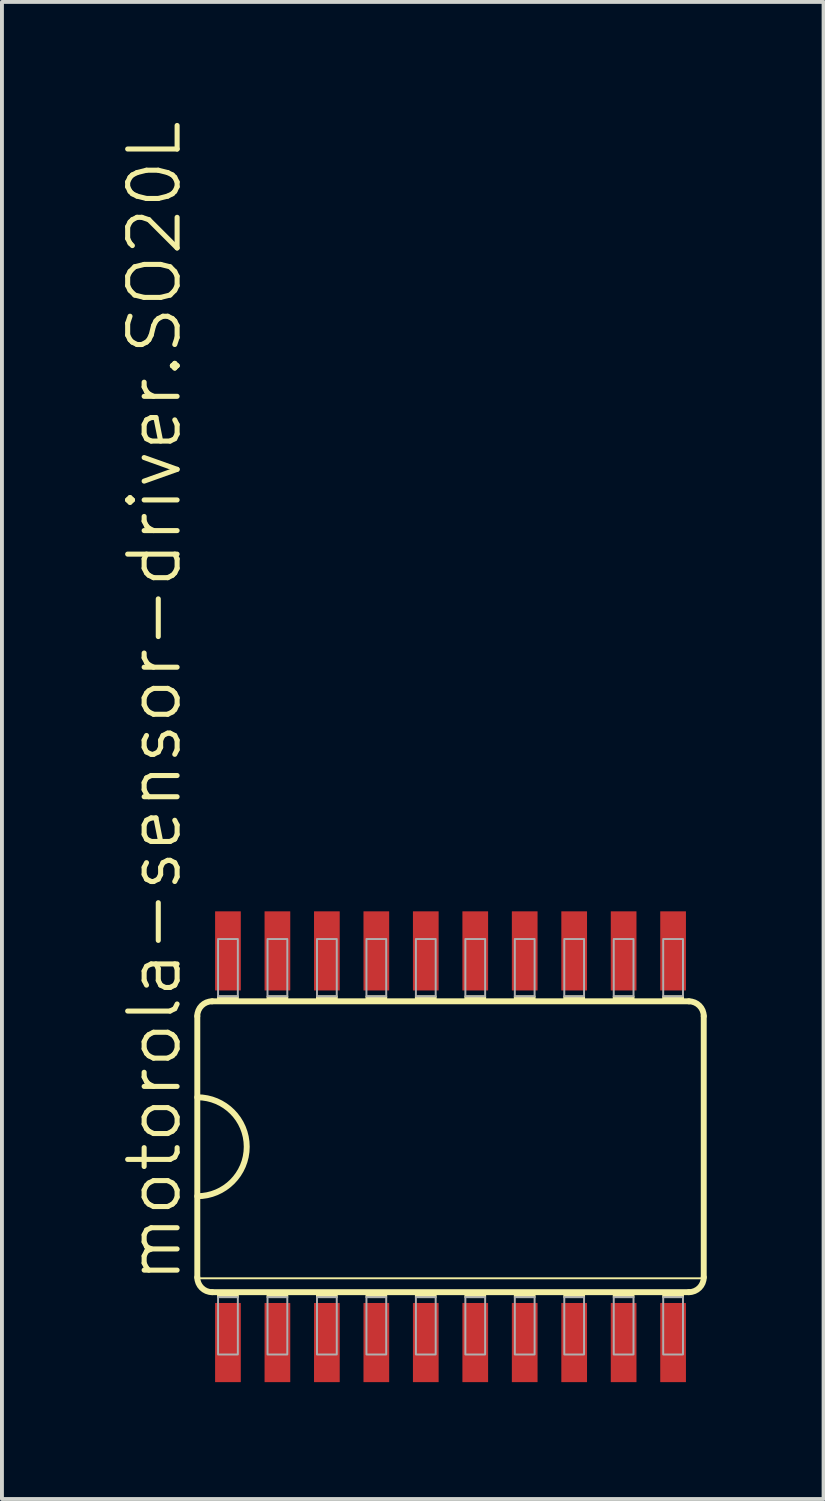
<source format=kicad_pcb>
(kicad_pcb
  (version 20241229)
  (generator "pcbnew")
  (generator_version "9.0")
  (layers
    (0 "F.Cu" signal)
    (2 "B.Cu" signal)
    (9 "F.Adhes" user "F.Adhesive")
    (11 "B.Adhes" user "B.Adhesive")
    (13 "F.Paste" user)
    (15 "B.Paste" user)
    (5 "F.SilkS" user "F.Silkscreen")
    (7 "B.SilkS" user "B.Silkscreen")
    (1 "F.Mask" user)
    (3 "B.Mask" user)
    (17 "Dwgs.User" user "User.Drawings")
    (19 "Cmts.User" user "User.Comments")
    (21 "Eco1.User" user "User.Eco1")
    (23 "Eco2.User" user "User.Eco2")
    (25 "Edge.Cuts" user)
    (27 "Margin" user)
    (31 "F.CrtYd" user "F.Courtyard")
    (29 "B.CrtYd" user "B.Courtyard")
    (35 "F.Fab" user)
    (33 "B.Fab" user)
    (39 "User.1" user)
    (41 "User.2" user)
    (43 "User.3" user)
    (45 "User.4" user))
  (footprint "motorola-sensor-driver.SO20L"
    (layer "F.Cu")
    (at 8.518 26.395)
    (property "Reference" "motorola-sensor-driver.SO20L" (at -6.858 3.556 90) (layer "F.SilkS") (effects (font (size 1.27 1.27) (thickness 0.13)) (justify left bottom)))
    (attr smd)
    (fp_line (start -6.502 -3.353) (end -6.502 3.353) (stroke (width 0.152) (type default)) (layer "F.SilkS"))
    (fp_line (start -6.477 3.378) (end 6.477 3.378) (stroke (width 0.051) (type default)) (layer "F.SilkS"))
    (fp_line (start -6.121 3.734) (end 6.121 3.734) (stroke (width 0.152) (type default)) (layer "F.SilkS"))
    (fp_line (start 6.121 -3.734) (end -6.121 -3.734) (stroke (width 0.152) (type default)) (layer "F.SilkS"))
    (fp_line (start 6.502 3.353) (end 6.502 -3.353) (stroke (width 0.152) (type default)) (layer "F.SilkS"))
    (fp_rect (start -5.969 -3.734) (end -5.461 -3.861) (stroke (width 0.05) (type default)) (fill yes) (layer "F.SilkS"))
    (fp_rect (start -5.969 3.861) (end -5.461 3.734) (stroke (width 0.05) (type default)) (fill yes) (layer "F.SilkS"))
    (fp_rect (start -4.699 -3.734) (end -4.191 -3.861) (stroke (width 0.05) (type default)) (fill yes) (layer "F.SilkS"))
    (fp_rect (start -4.699 3.861) (end -4.191 3.734) (stroke (width 0.05) (type default)) (fill yes) (layer "F.SilkS"))
    (fp_rect (start -3.429 -3.734) (end -2.921 -3.861) (stroke (width 0.05) (type default)) (fill yes) (layer "F.SilkS"))
    (fp_rect (start -3.429 3.861) (end -2.921 3.734) (stroke (width 0.05) (type default)) (fill yes) (layer "F.SilkS"))
    (fp_rect (start -2.159 -3.734) (end -1.651 -3.861) (stroke (width 0.05) (type default)) (fill yes) (layer "F.SilkS"))
    (fp_rect (start -2.159 3.861) (end -1.651 3.734) (stroke (width 0.05) (type default)) (fill yes) (layer "F.SilkS"))
    (fp_rect (start -0.889 -3.734) (end -0.381 -3.861) (stroke (width 0.05) (type default)) (fill yes) (layer "F.SilkS"))
    (fp_rect (start -0.889 3.861) (end -0.381 3.734) (stroke (width 0.05) (type default)) (fill yes) (layer "F.SilkS"))
    (fp_rect (start 0.381 -3.734) (end 0.889 -3.861) (stroke (width 0.05) (type default)) (fill yes) (layer "F.SilkS"))
    (fp_rect (start 0.381 3.861) (end 0.889 3.734) (stroke (width 0.05) (type default)) (fill yes) (layer "F.SilkS"))
    (fp_rect (start 1.651 -3.734) (end 2.159 -3.861) (stroke (width 0.05) (type default)) (fill yes) (layer "F.SilkS"))
    (fp_rect (start 1.651 3.861) (end 2.159 3.734) (stroke (width 0.05) (type default)) (fill yes) (layer "F.SilkS"))
    (fp_rect (start 2.921 -3.734) (end 3.429 -3.861) (stroke (width 0.05) (type default)) (fill yes) (layer "F.SilkS"))
    (fp_rect (start 2.921 3.861) (end 3.429 3.734) (stroke (width 0.05) (type default)) (fill yes) (layer "F.SilkS"))
    (fp_rect (start 4.191 -3.734) (end 4.699 -3.861) (stroke (width 0.05) (type default)) (fill yes) (layer "F.SilkS"))
    (fp_rect (start 4.191 3.861) (end 4.699 3.734) (stroke (width 0.05) (type default)) (fill yes) (layer "F.SilkS"))
    (fp_rect (start 5.461 -3.734) (end 5.969 -3.861) (stroke (width 0.05) (type default)) (fill yes) (layer "F.SilkS"))
    (fp_rect (start 5.461 3.861) (end 5.969 3.734) (stroke (width 0.05) (type default)) (fill yes) (layer "F.SilkS"))
    (fp_arc (start -6.5024 -3.3528) (mid -6.390808 -3.622208) (end -6.1214 -3.7338) (stroke (width 0.1524) (type default)) (layer "F.SilkS"))
    (fp_arc (start -6.5024 -1.27) (mid -5.2324 0) (end -6.5024 1.27) (stroke (width 0.1524) (type default)) (layer "F.SilkS"))
    (fp_arc (start -6.1214 3.7338) (mid -6.390808 3.622208) (end -6.5024 3.3528) (stroke (width 0.1524) (type default)) (layer "F.SilkS"))
    (fp_arc (start 6.1214 -3.7338) (mid 6.390808 -3.622208) (end 6.5024 -3.3528) (stroke (width 0.1524) (type default)) (layer "F.SilkS"))
    (fp_arc (start 6.5024 3.3528) (mid 6.390808 3.622208) (end 6.1214 3.7338) (stroke (width 0.1524) (type default)) (layer "F.SilkS"))
    (fp_rect (start -5.969 -3.861) (end -5.461 -5.334) (stroke (width 0.05) (type default)) (fill no) (layer "F.Fab"))
    (fp_rect (start -5.969 5.334) (end -5.461 3.861) (stroke (width 0.05) (type default)) (fill no) (layer "F.Fab"))
    (fp_rect (start -4.699 -3.861) (end -4.191 -5.334) (stroke (width 0.05) (type default)) (fill no) (layer "F.Fab"))
    (fp_rect (start -4.699 5.334) (end -4.191 3.861) (stroke (width 0.05) (type default)) (fill no) (layer "F.Fab"))
    (fp_rect (start -3.429 -3.861) (end -2.921 -5.334) (stroke (width 0.05) (type default)) (fill no) (layer "F.Fab"))
    (fp_rect (start -3.429 5.334) (end -2.921 3.861) (stroke (width 0.05) (type default)) (fill no) (layer "F.Fab"))
    (fp_rect (start -2.159 -3.861) (end -1.651 -5.334) (stroke (width 0.05) (type default)) (fill no) (layer "F.Fab"))
    (fp_rect (start -2.159 5.334) (end -1.651 3.861) (stroke (width 0.05) (type default)) (fill no) (layer "F.Fab"))
    (fp_rect (start -0.889 -3.861) (end -0.381 -5.334) (stroke (width 0.05) (type default)) (fill no) (layer "F.Fab"))
    (fp_rect (start -0.889 5.334) (end -0.381 3.861) (stroke (width 0.05) (type default)) (fill no) (layer "F.Fab"))
    (fp_rect (start 0.381 -3.861) (end 0.889 -5.334) (stroke (width 0.05) (type default)) (fill no) (layer "F.Fab"))
    (fp_rect (start 0.381 5.334) (end 0.889 3.861) (stroke (width 0.05) (type default)) (fill no) (layer "F.Fab"))
    (fp_rect (start 1.651 -3.861) (end 2.159 -5.334) (stroke (width 0.05) (type default)) (fill no) (layer "F.Fab"))
    (fp_rect (start 1.651 5.334) (end 2.159 3.861) (stroke (width 0.05) (type default)) (fill no) (layer "F.Fab"))
    (fp_rect (start 2.921 -3.861) (end 3.429 -5.334) (stroke (width 0.05) (type default)) (fill no) (layer "F.Fab"))
    (fp_rect (start 2.921 5.334) (end 3.429 3.861) (stroke (width 0.05) (type default)) (fill no) (layer "F.Fab"))
    (fp_rect (start 4.191 -3.861) (end 4.699 -5.334) (stroke (width 0.05) (type default)) (fill no) (layer "F.Fab"))
    (fp_rect (start 4.191 5.334) (end 4.699 3.861) (stroke (width 0.05) (type default)) (fill no) (layer "F.Fab"))
    (fp_rect (start 5.461 -3.861) (end 5.969 -5.334) (stroke (width 0.05) (type default)) (fill no) (layer "F.Fab"))
    (fp_rect (start 5.461 5.334) (end 5.969 3.861) (stroke (width 0.05) (type default)) (fill no) (layer "F.Fab"))
    (pad "1" smd roundrect (at -5.715 5.029) (size 0.66 2.032) (layers "F.Cu" "F.Mask" "F.Paste") (roundrect_rratio 0.01))
    (pad "2" smd roundrect (at -4.445 5.029) (size 0.66 2.032) (layers "F.Cu" "F.Mask" "F.Paste") (roundrect_rratio 0.01))
    (pad "3" smd roundrect (at -3.175 5.029) (size 0.66 2.032) (layers "F.Cu" "F.Mask" "F.Paste") (roundrect_rratio 0.01))
    (pad "4" smd roundrect (at -1.905 5.029) (size 0.66 2.032) (layers "F.Cu" "F.Mask" "F.Paste") (roundrect_rratio 0.01))
    (pad "5" smd roundrect (at -0.635 5.029) (size 0.66 2.032) (layers "F.Cu" "F.Mask" "F.Paste") (roundrect_rratio 0.01))
    (pad "6" smd roundrect (at 0.635 5.029) (size 0.66 2.032) (layers "F.Cu" "F.Mask" "F.Paste") (roundrect_rratio 0.01))
    (pad "7" smd roundrect (at 1.905 5.029) (size 0.66 2.032) (layers "F.Cu" "F.Mask" "F.Paste") (roundrect_rratio 0.01))
    (pad "8" smd roundrect (at 3.175 5.029) (size 0.66 2.032) (layers "F.Cu" "F.Mask" "F.Paste") (roundrect_rratio 0.01))
    (pad "9" smd roundrect (at 4.445 5.029) (size 0.66 2.032) (layers "F.Cu" "F.Mask" "F.Paste") (roundrect_rratio 0.01))
    (pad "10" smd roundrect (at 5.715 5.029) (size 0.66 2.032) (layers "F.Cu" "F.Mask" "F.Paste") (roundrect_rratio 0.01))
    (pad "11" smd roundrect (at 5.715 -5.029) (size 0.66 2.032) (layers "F.Cu" "F.Mask" "F.Paste") (roundrect_rratio 0.01))
    (pad "12" smd roundrect (at 4.445 -5.029) (size 0.66 2.032) (layers "F.Cu" "F.Mask" "F.Paste") (roundrect_rratio 0.01))
    (pad "13" smd roundrect (at 3.175 -5.029) (size 0.66 2.032) (layers "F.Cu" "F.Mask" "F.Paste") (roundrect_rratio 0.01))
    (pad "14" smd roundrect (at 1.905 -5.029) (size 0.66 2.032) (layers "F.Cu" "F.Mask" "F.Paste") (roundrect_rratio 0.01))
    (pad "15" smd roundrect (at 0.635 -5.029) (size 0.66 2.032) (layers "F.Cu" "F.Mask" "F.Paste") (roundrect_rratio 0.01))
    (pad "16" smd roundrect (at -0.635 -5.029) (size 0.66 2.032) (layers "F.Cu" "F.Mask" "F.Paste") (roundrect_rratio 0.01))
    (pad "17" smd roundrect (at -1.905 -5.029) (size 0.66 2.032) (layers "F.Cu" "F.Mask" "F.Paste") (roundrect_rratio 0.01))
    (pad "18" smd roundrect (at -3.175 -5.029) (size 0.66 2.032) (layers "F.Cu" "F.Mask" "F.Paste") (roundrect_rratio 0.01))
    (pad "19" smd roundrect (at -4.445 -5.029) (size 0.66 2.032) (layers "F.Cu" "F.Mask" "F.Paste") (roundrect_rratio 0.01))
    (pad "20" smd roundrect (at -5.715 -5.029) (size 0.66 2.032) (layers "F.Cu" "F.Mask" "F.Paste") (roundrect_rratio 0.01)))
  (gr_rect
    (start -3 -3)
    (end 18.097 35.44)
    (stroke (width 0.1) (type default))
    (fill no)
    (layer "Edge.Cuts")))
</source>
